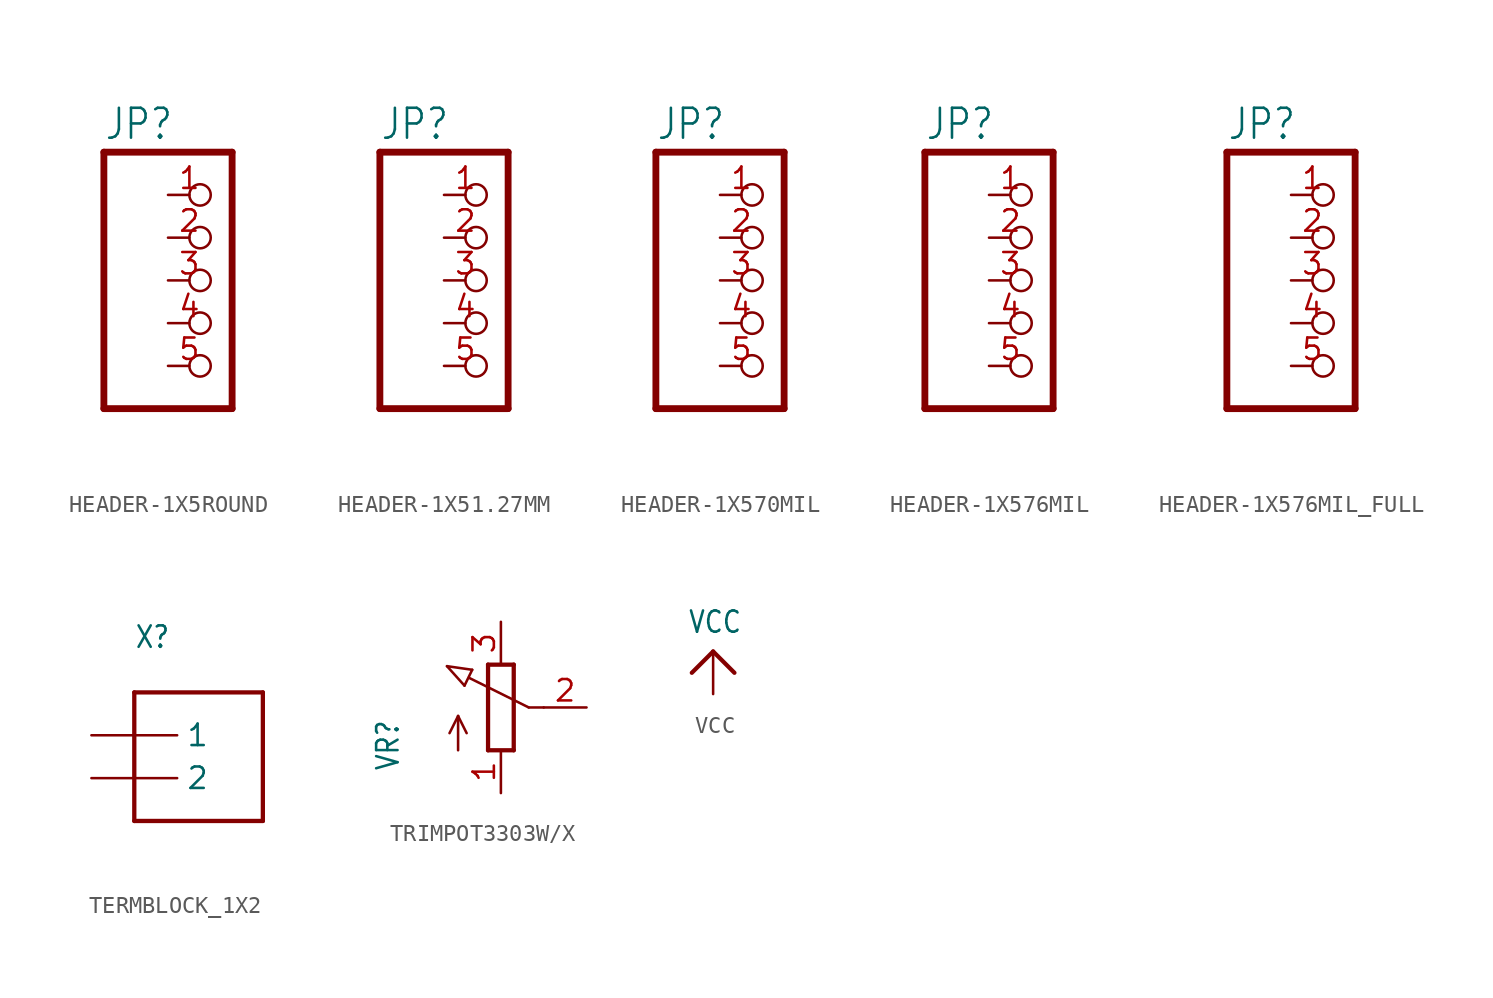
<source format=kicad_sym>
(kicad_symbol_lib
  (version 20220914)
  (generator kicad_symbol_editor)
  (symbol "HEADER-1X5ROUND"
    (property "Reference" "JP"
      (at -6.35 8.255 0)
      (effects (font (size 1.778 1.511)) (justify left bottom)))
    (property "Value" ""
      (at -6.35 -10.16 0)
      (effects (font (size 1.778 1.511)) (justify left bottom)))
    (property "ki_locked" ""
      (at 0 0 0)
      (effects (font (size 1.27 1.27))))
    (symbol "HEADER-1X5ROUND_1_0"
      (polyline (pts (xy -6.35 -7.62) (xy 1.27 -7.62)) (stroke (width 0.406) (type solid)) (fill (type none)))
      (polyline (pts (xy -6.35 7.62) (xy -6.35 -7.62)) (stroke (width 0.406) (type solid)) (fill (type none)))
      (polyline (pts (xy 1.27 -7.62) (xy 1.27 7.62)) (stroke (width 0.406) (type solid)) (fill (type none)))
      (polyline (pts (xy 1.27 7.62) (xy -6.35 7.62)) (stroke (width 0.406) (type solid)) (fill (type none)))
      (pin passive inverted (at -2.54 5.08 0) (length 2.54) (name "1" (effects (font (size 0 0)))) (number "1" (effects (font (size 1.27 1.27)))))
      (pin passive inverted (at -2.54 2.54 0) (length 2.54) (name "2" (effects (font (size 0 0)))) (number "2" (effects (font (size 1.27 1.27)))))
      (pin passive inverted (at -2.54 0 0) (length 2.54) (name "3" (effects (font (size 0 0)))) (number "3" (effects (font (size 1.27 1.27)))))
      (pin passive inverted (at -2.54 -2.54 0) (length 2.54) (name "4" (effects (font (size 0 0)))) (number "4" (effects (font (size 1.27 1.27)))))
      (pin passive inverted (at -2.54 -5.08 0) (length 2.54) (name "5" (effects (font (size 0 0)))) (number "5" (effects (font (size 1.27 1.27)))))))
  (symbol "HEADER-1X51.27MM"
    (property "Reference" "JP"
      (at -6.35 8.255 0)
      (effects (font (size 1.778 1.511)) (justify left bottom)))
    (property "Value" ""
      (at -6.35 -10.16 0)
      (effects (font (size 1.778 1.511)) (justify left bottom)))
    (property "ki_locked" ""
      (at 0 0 0)
      (effects (font (size 1.27 1.27))))
    (symbol "HEADER-1X51.27MM_1_0"
      (polyline (pts (xy -6.35 -7.62) (xy 1.27 -7.62)) (stroke (width 0.406) (type solid)) (fill (type none)))
      (polyline (pts (xy -6.35 7.62) (xy -6.35 -7.62)) (stroke (width 0.406) (type solid)) (fill (type none)))
      (polyline (pts (xy 1.27 -7.62) (xy 1.27 7.62)) (stroke (width 0.406) (type solid)) (fill (type none)))
      (polyline (pts (xy 1.27 7.62) (xy -6.35 7.62)) (stroke (width 0.406) (type solid)) (fill (type none)))
      (pin passive inverted (at -2.54 5.08 0) (length 2.54) (name "1" (effects (font (size 0 0)))) (number "1" (effects (font (size 1.27 1.27)))))
      (pin passive inverted (at -2.54 2.54 0) (length 2.54) (name "2" (effects (font (size 0 0)))) (number "2" (effects (font (size 1.27 1.27)))))
      (pin passive inverted (at -2.54 0 0) (length 2.54) (name "3" (effects (font (size 0 0)))) (number "3" (effects (font (size 1.27 1.27)))))
      (pin passive inverted (at -2.54 -2.54 0) (length 2.54) (name "4" (effects (font (size 0 0)))) (number "4" (effects (font (size 1.27 1.27)))))
      (pin passive inverted (at -2.54 -5.08 0) (length 2.54) (name "5" (effects (font (size 0 0)))) (number "5" (effects (font (size 1.27 1.27)))))))
  (symbol "HEADER-1X570MIL"
    (property "Reference" "JP"
      (at -6.35 8.255 0)
      (effects (font (size 1.778 1.511)) (justify left bottom)))
    (property "Value" ""
      (at -6.35 -10.16 0)
      (effects (font (size 1.778 1.511)) (justify left bottom)))
    (property "ki_locked" ""
      (at 0 0 0)
      (effects (font (size 1.27 1.27))))
    (symbol "HEADER-1X570MIL_1_0"
      (polyline (pts (xy -6.35 -7.62) (xy 1.27 -7.62)) (stroke (width 0.406) (type solid)) (fill (type none)))
      (polyline (pts (xy -6.35 7.62) (xy -6.35 -7.62)) (stroke (width 0.406) (type solid)) (fill (type none)))
      (polyline (pts (xy 1.27 -7.62) (xy 1.27 7.62)) (stroke (width 0.406) (type solid)) (fill (type none)))
      (polyline (pts (xy 1.27 7.62) (xy -6.35 7.62)) (stroke (width 0.406) (type solid)) (fill (type none)))
      (pin passive inverted (at -2.54 5.08 0) (length 2.54) (name "1" (effects (font (size 0 0)))) (number "1" (effects (font (size 1.27 1.27)))))
      (pin passive inverted (at -2.54 2.54 0) (length 2.54) (name "2" (effects (font (size 0 0)))) (number "2" (effects (font (size 1.27 1.27)))))
      (pin passive inverted (at -2.54 0 0) (length 2.54) (name "3" (effects (font (size 0 0)))) (number "3" (effects (font (size 1.27 1.27)))))
      (pin passive inverted (at -2.54 -2.54 0) (length 2.54) (name "4" (effects (font (size 0 0)))) (number "4" (effects (font (size 1.27 1.27)))))
      (pin passive inverted (at -2.54 -5.08 0) (length 2.54) (name "5" (effects (font (size 0 0)))) (number "5" (effects (font (size 1.27 1.27)))))))
  (symbol "HEADER-1X576MIL"
    (property "Reference" "JP"
      (at -6.35 8.255 0)
      (effects (font (size 1.778 1.511)) (justify left bottom)))
    (property "Value" ""
      (at -6.35 -10.16 0)
      (effects (font (size 1.778 1.511)) (justify left bottom)))
    (property "ki_locked" ""
      (at 0 0 0)
      (effects (font (size 1.27 1.27))))
    (symbol "HEADER-1X576MIL_1_0"
      (polyline (pts (xy -6.35 -7.62) (xy 1.27 -7.62)) (stroke (width 0.406) (type solid)) (fill (type none)))
      (polyline (pts (xy -6.35 7.62) (xy -6.35 -7.62)) (stroke (width 0.406) (type solid)) (fill (type none)))
      (polyline (pts (xy 1.27 -7.62) (xy 1.27 7.62)) (stroke (width 0.406) (type solid)) (fill (type none)))
      (polyline (pts (xy 1.27 7.62) (xy -6.35 7.62)) (stroke (width 0.406) (type solid)) (fill (type none)))
      (pin passive inverted (at -2.54 5.08 0) (length 2.54) (name "1" (effects (font (size 0 0)))) (number "1" (effects (font (size 1.27 1.27)))))
      (pin passive inverted (at -2.54 2.54 0) (length 2.54) (name "2" (effects (font (size 0 0)))) (number "2" (effects (font (size 1.27 1.27)))))
      (pin passive inverted (at -2.54 0 0) (length 2.54) (name "3" (effects (font (size 0 0)))) (number "3" (effects (font (size 1.27 1.27)))))
      (pin passive inverted (at -2.54 -2.54 0) (length 2.54) (name "4" (effects (font (size 0 0)))) (number "4" (effects (font (size 1.27 1.27)))))
      (pin passive inverted (at -2.54 -5.08 0) (length 2.54) (name "5" (effects (font (size 0 0)))) (number "5" (effects (font (size 1.27 1.27)))))))
  (symbol "HEADER-1X576MIL_FULL"
    (property "Reference" "JP"
      (at -6.35 8.255 0)
      (effects (font (size 1.778 1.511)) (justify left bottom)))
    (property "Value" ""
      (at -6.35 -10.16 0)
      (effects (font (size 1.778 1.511)) (justify left bottom)))
    (property "ki_locked" ""
      (at 0 0 0)
      (effects (font (size 1.27 1.27))))
    (symbol "HEADER-1X576MIL_FULL_1_0"
      (polyline (pts (xy -6.35 -7.62) (xy 1.27 -7.62)) (stroke (width 0.406) (type solid)) (fill (type none)))
      (polyline (pts (xy -6.35 7.62) (xy -6.35 -7.62)) (stroke (width 0.406) (type solid)) (fill (type none)))
      (polyline (pts (xy 1.27 -7.62) (xy 1.27 7.62)) (stroke (width 0.406) (type solid)) (fill (type none)))
      (polyline (pts (xy 1.27 7.62) (xy -6.35 7.62)) (stroke (width 0.406) (type solid)) (fill (type none)))
      (pin passive inverted (at -2.54 5.08 0) (length 2.54) (name "1" (effects (font (size 0 0)))) (number "1" (effects (font (size 1.27 1.27)))))
      (pin passive inverted (at -2.54 2.54 0) (length 2.54) (name "2" (effects (font (size 0 0)))) (number "2" (effects (font (size 1.27 1.27)))))
      (pin passive inverted (at -2.54 0 0) (length 2.54) (name "3" (effects (font (size 0 0)))) (number "3" (effects (font (size 1.27 1.27)))))
      (pin passive inverted (at -2.54 -2.54 0) (length 2.54) (name "4" (effects (font (size 0 0)))) (number "4" (effects (font (size 1.27 1.27)))))
      (pin passive inverted (at -2.54 -5.08 0) (length 2.54) (name "5" (effects (font (size 0 0)))) (number "5" (effects (font (size 1.27 1.27)))))))
  (symbol "TERMBLOCK_1X2"
    (property "Reference" "X"
      (at -2.54 7.62 0)
      (effects (font (size 1.27 1.079)) (justify left bottom)))
    (property "Value" ""
      (at -2.54 -5.08 0)
      (effects (font (size 1.27 1.079)) (justify left bottom)))
    (property "ki_locked" ""
      (at 0 0 0)
      (effects (font (size 1.27 1.27))))
    (symbol "TERMBLOCK_1X2_1_0"
      (polyline (pts (xy -2.54 -2.54) (xy 5.08 -2.54)) (stroke (width 0.254) (type solid)) (fill (type none)))
      (polyline (pts (xy -2.54 5.08) (xy -2.54 -2.54)) (stroke (width 0.254) (type solid)) (fill (type none)))
      (polyline (pts (xy 5.08 -2.54) (xy 5.08 5.08)) (stroke (width 0.254) (type solid)) (fill (type none)))
      (polyline (pts (xy 5.08 5.08) (xy -2.54 5.08)) (stroke (width 0.254) (type solid)) (fill (type none)))
      (pin passive line (at -5.08 2.54 0) (length 5.08) (name "1" (effects (font (size 1.27 1.27)))) (number "1" (effects (font (size 0 0)))))
      (pin passive line (at -5.08 0 0) (length 5.08) (name "2" (effects (font (size 1.27 1.27)))) (number "2" (effects (font (size 0 0)))))))
  (symbol "TRIMPOT3303W/X"
    (property "Reference" "VR"
      (at -5.969 -3.81 90)
      (effects (font (size 1.27 1.079)) (justify left bottom)))
    (property "Value" ""
      (at -3.81 -3.81 90)
      (effects (font (size 1.27 1.079)) (justify left bottom)))
    (property "ki_locked" ""
      (at 0 0 0)
      (effects (font (size 1.27 1.27))))
    (symbol "TRIMPOT3303W/X_1_0"
      (polyline (pts (xy -3.199 2.45) (xy -1.702 2.235)) (stroke (width 0.152) (type solid)) (fill (type none)))
      (polyline (pts (xy -2.54 -2.54) (xy -2.54 -0.508)) (stroke (width 0.152) (type solid)) (fill (type none)))
      (polyline (pts (xy -2.54 -0.508) (xy -3.048 -1.524)) (stroke (width 0.152) (type solid)) (fill (type none)))
      (polyline (pts (xy -2.54 -0.508) (xy -2.032 -1.524)) (stroke (width 0.152) (type solid)) (fill (type none)))
      (polyline (pts (xy -2.16 1.294) (xy -3.199 2.45)) (stroke (width 0.152) (type solid)) (fill (type none)))
      (polyline (pts (xy -2.16 1.294) (xy -1.702 2.235)) (stroke (width 0.152) (type solid)) (fill (type none)))
      (polyline (pts (xy -0.762 -2.54) (xy 0.762 -2.54)) (stroke (width 0.254) (type solid)) (fill (type none)))
      (polyline (pts (xy -0.762 2.54) (xy -0.762 -2.54)) (stroke (width 0.254) (type solid)) (fill (type none)))
      (polyline (pts (xy 0.762 -2.54) (xy 0.762 2.54)) (stroke (width 0.254) (type solid)) (fill (type none)))
      (polyline (pts (xy 0.762 2.54) (xy -0.762 2.54)) (stroke (width 0.254) (type solid)) (fill (type none)))
      (polyline (pts (xy 1.651 0) (xy -1.88 1.753)) (stroke (width 0.152) (type solid)) (fill (type none)))
      (polyline (pts (xy 2.54 0) (xy 1.651 0)) (stroke (width 0.152) (type solid)) (fill (type none)))
      (pin passive line (at 0 -5.08 90) (length 2.54) (name "A" (effects (font (size 0 0)))) (number "1" (effects (font (size 1.27 1.27)))))
      (pin passive line (at 5.08 0 180) (length 2.54) (name "S" (effects (font (size 0 0)))) (number "2" (effects (font (size 1.27 1.27)))))
      (pin passive line (at 0 5.08 270) (length 2.54) (name "E" (effects (font (size 0 0)))) (number "3" (effects (font (size 1.27 1.27)))))))
  (symbol "VCC"
    (power)
    (property "Reference" "#P+"
      (at 0 0 0)
      (effects (font (size 1.27 1.27)) hide))
    (property "Value" "VCC"
      (at -1.524 1.016 0)
      (effects (font (size 1.27 1.079)) (justify left bottom)))
    (property "ki_locked" ""
      (at 0 0 0)
      (effects (font (size 1.27 1.27))))
    (symbol "VCC_1_0"
      (polyline (pts (xy -1.27 -1.27) (xy 0 0)) (stroke (width 0.254) (type solid)) (fill (type none)))
      (polyline (pts (xy 0 0) (xy 1.27 -1.27)) (stroke (width 0.254) (type solid)) (fill (type none)))
      (pin power_in line (at 0 -2.54 90) (length 2.54) (name "VCC" (effects (font (size 0 0)))) (number "1" (effects (font (size 0 0))))))))
</source>
